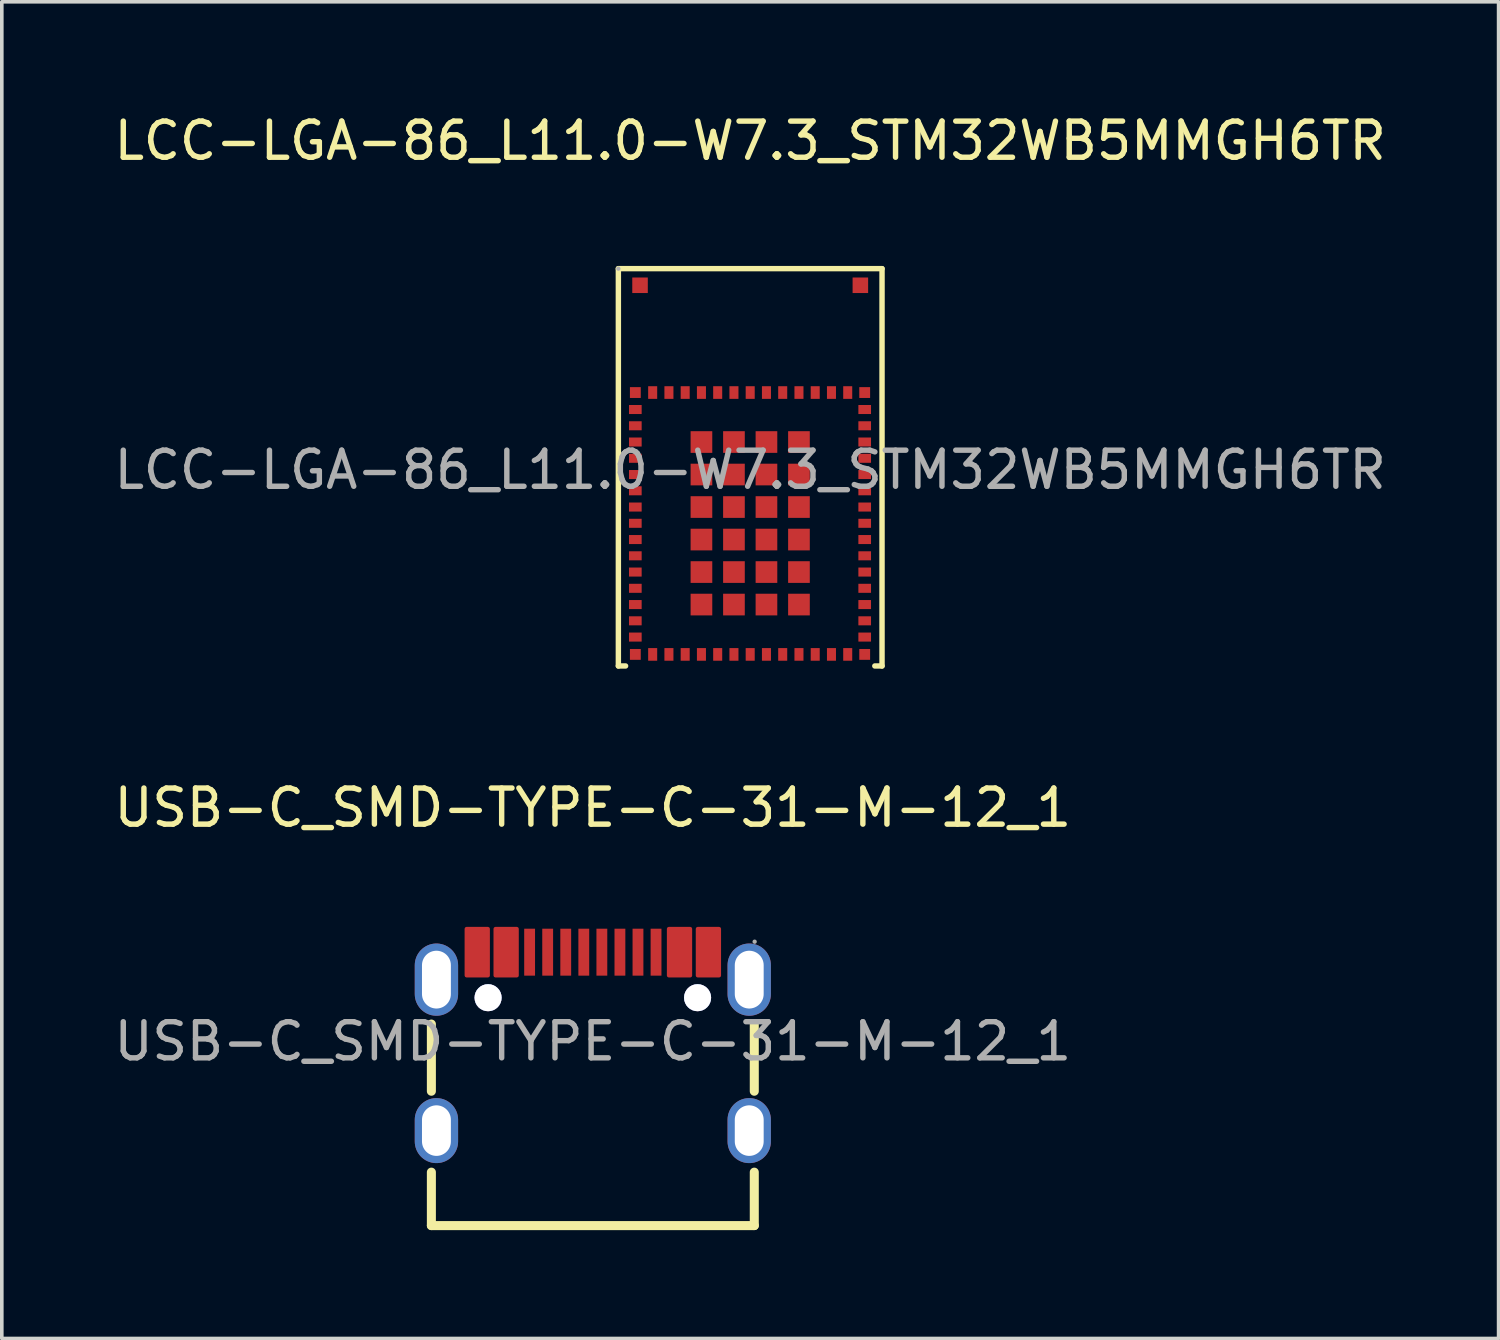
<source format=kicad_pcb>
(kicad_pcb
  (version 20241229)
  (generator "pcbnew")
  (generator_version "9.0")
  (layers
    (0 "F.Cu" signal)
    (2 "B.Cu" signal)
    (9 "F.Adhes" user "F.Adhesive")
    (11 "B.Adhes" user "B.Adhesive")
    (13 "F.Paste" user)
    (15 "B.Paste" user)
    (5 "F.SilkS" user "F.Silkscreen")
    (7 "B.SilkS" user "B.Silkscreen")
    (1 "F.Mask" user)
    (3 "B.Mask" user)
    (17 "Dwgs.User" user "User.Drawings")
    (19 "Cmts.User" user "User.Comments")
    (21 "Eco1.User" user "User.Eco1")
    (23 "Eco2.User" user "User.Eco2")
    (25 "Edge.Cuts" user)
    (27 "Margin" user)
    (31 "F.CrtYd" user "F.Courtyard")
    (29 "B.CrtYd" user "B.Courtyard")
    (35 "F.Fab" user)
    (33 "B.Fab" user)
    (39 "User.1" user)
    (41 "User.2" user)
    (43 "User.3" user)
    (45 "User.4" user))
  (footprint "LCC-LGA-86_L11.0-W7.3_STM32WB5MMGH6TR"
    (layer "F.Cu")
    (at 17.72 9.958)
    (property "Reference" "LCC-LGA-86_L11.0-W7.3_STM32WB5MMGH6TR" (at 0 -9.11 0) (layer "F.SilkS") (effects (font (size 1 1) (thickness 0.15))))
    (attr smd)
    (fp_line (start -3.65 -5.57) (end -3.65 5.43) (stroke (width 0.15) (type solid)) (layer "F.SilkS"))
    (fp_line (start -3.65 5.43) (end -3.45 5.43) (stroke (width 0.15) (type solid)) (layer "F.SilkS"))
    (fp_line (start 3.45 5.43) (end 3.65 5.43) (stroke (width 0.15) (type solid)) (layer "F.SilkS"))
    (fp_line (start 3.65 -5.57) (end -3.65 -5.57) (stroke (width 0.15) (type solid)) (layer "F.SilkS"))
    (fp_line (start 3.65 5.43) (end 3.65 -5.57) (stroke (width 0.15) (type solid)) (layer "F.SilkS"))
    (fp_circle (center -3.65 -5.57) (end -3.62 -5.57) (stroke (width 0.06) (type solid)) (fill no) (layer "F.Fab"))
    (fp_text user "${REFERENCE}" (at 0 0 0) (layer "F.Fab") (effects (font (size 1 1) (thickness 0.15))))
    (pad "1" smd rect (at -3.18 -2.14) (size 0.3 0.3) (layers "F.Cu" "F.Mask" "F.Paste"))
    (pad "2" smd rect (at -3.18 -1.67) (size 0.35 0.25) (layers "F.Cu" "F.Mask" "F.Paste"))
    (pad "3" smd rect (at -3.18 -1.22) (size 0.35 0.25) (layers "F.Cu" "F.Mask" "F.Paste"))
    (pad "4" smd rect (at -3.18 -0.77) (size 0.35 0.25) (layers "F.Cu" "F.Mask" "F.Paste"))
    (pad "5" smd rect (at -3.18 -0.32) (size 0.35 0.25) (layers "F.Cu" "F.Mask" "F.Paste"))
    (pad "6" smd rect (at -3.18 0.13) (size 0.35 0.25) (layers "F.Cu" "F.Mask" "F.Paste"))
    (pad "7" smd rect (at -3.18 0.58) (size 0.35 0.25) (layers "F.Cu" "F.Mask" "F.Paste"))
    (pad "8" smd rect (at -3.18 1.03) (size 0.35 0.25) (layers "F.Cu" "F.Mask" "F.Paste"))
    (pad "9" smd rect (at -3.18 1.48) (size 0.35 0.25) (layers "F.Cu" "F.Mask" "F.Paste"))
    (pad "10" smd rect (at -3.18 1.93) (size 0.35 0.25) (layers "F.Cu" "F.Mask" "F.Paste"))
    (pad "11" smd rect (at -3.18 2.38) (size 0.35 0.25) (layers "F.Cu" "F.Mask" "F.Paste"))
    (pad "12" smd rect (at -3.18 2.83) (size 0.35 0.25) (layers "F.Cu" "F.Mask" "F.Paste"))
    (pad "13" smd rect (at -3.18 3.28) (size 0.35 0.25) (layers "F.Cu" "F.Mask" "F.Paste"))
    (pad "14" smd rect (at -3.18 3.73) (size 0.35 0.25) (layers "F.Cu" "F.Mask" "F.Paste"))
    (pad "15" smd rect (at -3.18 4.18) (size 0.35 0.25) (layers "F.Cu" "F.Mask" "F.Paste"))
    (pad "16" smd rect (at -3.18 4.63) (size 0.35 0.25) (layers "F.Cu" "F.Mask" "F.Paste"))
    (pad "17" smd rect (at -3.18 5.11) (size 0.3 0.3) (layers "F.Cu" "F.Mask" "F.Paste"))
    (pad "18" smd rect (at -2.7 5.11) (size 0.25 0.35) (layers "F.Cu" "F.Mask" "F.Paste"))
    (pad "19" smd rect (at -2.25 5.11) (size 0.25 0.35) (layers "F.Cu" "F.Mask" "F.Paste"))
    (pad "20" smd rect (at -1.8 5.11) (size 0.25 0.35) (layers "F.Cu" "F.Mask" "F.Paste"))
    (pad "21" smd rect (at -1.35 5.11) (size 0.25 0.35) (layers "F.Cu" "F.Mask" "F.Paste"))
    (pad "22" smd rect (at -0.9 5.11) (size 0.25 0.35) (layers "F.Cu" "F.Mask" "F.Paste"))
    (pad "23" smd rect (at -0.45 5.11) (size 0.25 0.35) (layers "F.Cu" "F.Mask" "F.Paste"))
    (pad "24" smd rect (at 0 5.11) (size 0.25 0.35) (layers "F.Cu" "F.Mask" "F.Paste"))
    (pad "25" smd rect (at 0.45 5.11) (size 0.25 0.35) (layers "F.Cu" "F.Mask" "F.Paste"))
    (pad "26" smd rect (at 0.9 5.11) (size 0.25 0.35) (layers "F.Cu" "F.Mask" "F.Paste"))
    (pad "27" smd rect (at 1.35 5.11) (size 0.25 0.35) (layers "F.Cu" "F.Mask" "F.Paste"))
    (pad "28" smd rect (at 1.8 5.11) (size 0.25 0.35) (layers "F.Cu" "F.Mask" "F.Paste"))
    (pad "29" smd rect (at 2.25 5.11) (size 0.25 0.35) (layers "F.Cu" "F.Mask" "F.Paste"))
    (pad "30" smd rect (at 2.7 5.11) (size 0.25 0.35) (layers "F.Cu" "F.Mask" "F.Paste"))
    (pad "31" smd rect (at 3.17 5.11) (size 0.3 0.3) (layers "F.Cu" "F.Mask" "F.Paste"))
    (pad "32" smd rect (at 3.17 4.63) (size 0.35 0.25) (layers "F.Cu" "F.Mask" "F.Paste"))
    (pad "33" smd rect (at 3.17 4.18) (size 0.35 0.25) (layers "F.Cu" "F.Mask" "F.Paste"))
    (pad "34" smd rect (at 3.17 3.73) (size 0.35 0.25) (layers "F.Cu" "F.Mask" "F.Paste"))
    (pad "35" smd rect (at 3.17 3.28) (size 0.35 0.25) (layers "F.Cu" "F.Mask" "F.Paste"))
    (pad "36" smd rect (at 3.17 2.83) (size 0.35 0.25) (layers "F.Cu" "F.Mask" "F.Paste"))
    (pad "37" smd rect (at 3.17 2.38) (size 0.35 0.25) (layers "F.Cu" "F.Mask" "F.Paste"))
    (pad "38" smd rect (at 3.17 1.93) (size 0.35 0.25) (layers "F.Cu" "F.Mask" "F.Paste"))
    (pad "39" smd rect (at 3.17 1.48) (size 0.35 0.25) (layers "F.Cu" "F.Mask" "F.Paste"))
    (pad "40" smd rect (at 3.17 1.03) (size 0.35 0.25) (layers "F.Cu" "F.Mask" "F.Paste"))
    (pad "41" smd rect (at 3.17 0.58) (size 0.35 0.25) (layers "F.Cu" "F.Mask" "F.Paste"))
    (pad "42" smd rect (at 3.17 0.13) (size 0.35 0.25) (layers "F.Cu" "F.Mask" "F.Paste"))
    (pad "43" smd rect (at 3.17 -0.32) (size 0.35 0.25) (layers "F.Cu" "F.Mask" "F.Paste"))
    (pad "44" smd rect (at 3.17 -0.77) (size 0.35 0.25) (layers "F.Cu" "F.Mask" "F.Paste"))
    (pad "45" smd rect (at 3.17 -1.22) (size 0.35 0.25) (layers "F.Cu" "F.Mask" "F.Paste"))
    (pad "46" smd rect (at 3.17 -1.67) (size 0.35 0.25) (layers "F.Cu" "F.Mask" "F.Paste"))
    (pad "47" smd rect (at 3.17 -2.14) (size 0.3 0.3) (layers "F.Cu" "F.Mask" "F.Paste"))
    (pad "48" smd rect (at 2.7 -2.14) (size 0.25 0.35) (layers "F.Cu" "F.Mask" "F.Paste"))
    (pad "49" smd rect (at 2.25 -2.14) (size 0.25 0.35) (layers "F.Cu" "F.Mask" "F.Paste"))
    (pad "50" smd rect (at 1.8 -2.14) (size 0.25 0.35) (layers "F.Cu" "F.Mask" "F.Paste"))
    (pad "51" smd rect (at 1.35 -2.14) (size 0.25 0.35) (layers "F.Cu" "F.Mask" "F.Paste"))
    (pad "52" smd rect (at 0.9 -2.14) (size 0.25 0.35) (layers "F.Cu" "F.Mask" "F.Paste"))
    (pad "53" smd rect (at 0.45 -2.14) (size 0.25 0.35) (layers "F.Cu" "F.Mask" "F.Paste"))
    (pad "54" smd rect (at 0 -2.14) (size 0.25 0.35) (layers "F.Cu" "F.Mask" "F.Paste"))
    (pad "55" smd rect (at -0.45 -2.14) (size 0.25 0.35) (layers "F.Cu" "F.Mask" "F.Paste"))
    (pad "56" smd rect (at -0.9 -2.14) (size 0.25 0.35) (layers "F.Cu" "F.Mask" "F.Paste"))
    (pad "57" smd rect (at -1.35 -2.14) (size 0.25 0.35) (layers "F.Cu" "F.Mask" "F.Paste"))
    (pad "58" smd rect (at -1.8 -2.14) (size 0.25 0.35) (layers "F.Cu" "F.Mask" "F.Paste"))
    (pad "59" smd rect (at -2.25 -2.14) (size 0.25 0.35) (layers "F.Cu" "F.Mask" "F.Paste"))
    (pad "60" smd rect (at -2.7 -2.14) (size 0.25 0.35) (layers "F.Cu" "F.Mask" "F.Paste"))
    (pad "61" smd rect (at -1.35 -0.77) (size 0.6 0.6) (layers "F.Cu" "F.Mask" "F.Paste"))
    (pad "62" smd rect (at -1.35 0.13) (size 0.6 0.6) (layers "F.Cu" "F.Mask" "F.Paste"))
    (pad "63" smd rect (at -1.35 1.03) (size 0.6 0.6) (layers "F.Cu" "F.Mask" "F.Paste"))
    (pad "64" smd rect (at -1.35 1.93) (size 0.6 0.6) (layers "F.Cu" "F.Mask" "F.Paste"))
    (pad "65" smd rect (at -1.35 2.83) (size 0.6 0.6) (layers "F.Cu" "F.Mask" "F.Paste"))
    (pad "66" smd rect (at -1.35 3.73) (size 0.6 0.6) (layers "F.Cu" "F.Mask" "F.Paste"))
    (pad "67" smd rect (at -0.45 3.73) (size 0.6 0.6) (layers "F.Cu" "F.Mask" "F.Paste"))
    (pad "68" smd rect (at 0.45 3.73) (size 0.6 0.6) (layers "F.Cu" "F.Mask" "F.Paste"))
    (pad "69" smd rect (at 1.35 3.73) (size 0.6 0.6) (layers "F.Cu" "F.Mask" "F.Paste"))
    (pad "70" smd rect (at 1.35 2.83) (size 0.6 0.6) (layers "F.Cu" "F.Mask" "F.Paste"))
    (pad "71" smd rect (at 1.35 1.93) (size 0.6 0.6) (layers "F.Cu" "F.Mask" "F.Paste"))
    (pad "72" smd rect (at 1.35 1.03) (size 0.6 0.6) (layers "F.Cu" "F.Mask" "F.Paste"))
    (pad "73" smd rect (at 1.35 0.13) (size 0.6 0.6) (layers "F.Cu" "F.Mask" "F.Paste"))
    (pad "74" smd rect (at 1.35 -0.77) (size 0.6 0.6) (layers "F.Cu" "F.Mask" "F.Paste"))
    (pad "75" smd rect (at 0.45 -0.77) (size 0.6 0.6) (layers "F.Cu" "F.Mask" "F.Paste"))
    (pad "76" smd rect (at -0.45 -0.77) (size 0.6 0.6) (layers "F.Cu" "F.Mask" "F.Paste"))
    (pad "77" smd rect (at -0.45 0.13) (size 0.6 0.6) (layers "F.Cu" "F.Mask" "F.Paste"))
    (pad "78" smd rect (at -0.45 1.03) (size 0.6 0.6) (layers "F.Cu" "F.Mask" "F.Paste"))
    (pad "79" smd rect (at -0.45 1.93) (size 0.6 0.6) (layers "F.Cu" "F.Mask" "F.Paste"))
    (pad "80" smd rect (at -0.45 2.83) (size 0.6 0.6) (layers "F.Cu" "F.Mask" "F.Paste"))
    (pad "81" smd rect (at 0.45 2.83) (size 0.6 0.6) (layers "F.Cu" "F.Mask" "F.Paste"))
    (pad "82" smd rect (at 0.45 1.93) (size 0.6 0.6) (layers "F.Cu" "F.Mask" "F.Paste"))
    (pad "83" smd rect (at 0.45 1.03) (size 0.6 0.6) (layers "F.Cu" "F.Mask" "F.Paste"))
    (pad "84" smd rect (at 0.45 0.13) (size 0.6 0.6) (layers "F.Cu" "F.Mask" "F.Paste"))
    (pad "85" smd rect (at -3.05 -5.11) (size 0.43 0.43) (layers "F.Cu" "F.Mask" "F.Paste"))
    (pad "86" smd rect (at 3.05 -5.11) (size 0.43 0.43) (layers "F.Cu" "F.Mask" "F.Paste")))
  (footprint "USB-C_SMD-TYPE-C-31-M-12_1"
    (layer "F.Cu")
    (at 13.363 25.782)
    (property "Reference" "USB-C_SMD-TYPE-C-31-M-12_1" (at 0 -6.47 0) (layer "F.SilkS") (effects (font (size 1 1) (thickness 0.15))))
    (attr smd)
    (fp_line (start -4.47 1.38) (end -4.47 -0.48) (stroke (width 0.25) (type solid)) (layer "F.SilkS"))
    (fp_line (start -4.47 5.1) (end -4.47 3.62) (stroke (width 0.25) (type solid)) (layer "F.SilkS"))
    (fp_line (start 4.47 1.38) (end 4.47 -0.48) (stroke (width 0.25) (type solid)) (layer "F.SilkS"))
    (fp_line (start 4.47 5.1) (end -4.47 5.1) (stroke (width 0.25) (type solid)) (layer "F.SilkS"))
    (fp_line (start 4.47 5.1) (end 4.47 3.62) (stroke (width 0.25) (type solid)) (layer "F.SilkS"))
    (fp_circle (center -2.9 -1.21) (end -2.78 -1.21) (stroke (width 0.25) (type solid)) (fill no) (layer "Cmts.User"))
    (fp_circle (center 2.9 -1.21) (end 3.02 -1.21) (stroke (width 0.25) (type solid)) (fill no) (layer "Cmts.User"))
    (fp_circle (center 4.48 -2.76) (end 4.51 -2.76) (stroke (width 0.06) (type solid)) (fill no) (layer "F.Fab"))
    (fp_text user "${REFERENCE}" (at 0 0 0) (layer "F.Fab") (effects (font (size 1 1) (thickness 0.15))))
    (pad "" thru_hole circle (at -2.9 -1.21) (size 0.75 0.75) (drill 0.75) (layers "*.Cu" "*.Mask"))
    (pad "" thru_hole circle (at 2.9 -1.21) (size 0.75 0.75) (drill 0.75) (layers "*.Cu" "*.Mask"))
    (pad "1" thru_hole oval (at 4.33 -1.71) (size 1.2 2) (drill oval 0.8 1.6) (layers "*.Cu" "*.Mask"))
    (pad "2" thru_hole oval (at 4.33 2.47) (size 1.2 1.8) (drill oval 0.8 1.4) (layers "*.Cu" "*.Mask"))
    (pad "3" thru_hole oval (at -4.33 2.47) (size 1.2 1.8) (drill oval 0.8 1.4) (layers "*.Cu" "*.Mask"))
    (pad "4" thru_hole oval (at -4.33 -1.71) (size 1.2 2) (drill oval 0.8 1.6) (layers "*.Cu" "*.Mask"))
    (pad "A1B12" smd custom (at -3.2 -2.47) (size 0.01 0.01) (layers "F.Cu" "F.Mask" "F.Paste") (options (anchor circle)) (primitives (gr_poly (pts (xy 0.3 0.65) (xy 0.3 -0.65) (xy 0 -0.65) (xy -0.3 -0.65) (xy -0.3 0.65) (xy 0 0.65) (xy 0.3 0.65)) (width 0.1) (fill yes))))
    (pad "A4B9" smd custom (at -2.4 -2.47) (size 0.01 0.01) (layers "F.Cu" "F.Mask" "F.Paste") (options (anchor circle)) (primitives (gr_poly (pts (xy 0.3 0.65) (xy 0.3 -0.65) (xy 0 -0.65) (xy -0.3 -0.65) (xy -0.3 0.65) (xy 0 0.65) (xy 0.3 0.65)) (width 0.1) (fill yes))))
    (pad "A5" smd rect (at -1.25 -2.47) (size 0.3 1.3) (layers "F.Cu" "F.Mask" "F.Paste"))
    (pad "A6" smd rect (at -0.25 -2.47) (size 0.3 1.3) (layers "F.Cu" "F.Mask" "F.Paste"))
    (pad "A7" smd rect (at 0.25 -2.47) (size 0.3 1.3) (layers "F.Cu" "F.Mask" "F.Paste"))
    (pad "A8" smd rect (at 1.25 -2.47) (size 0.3 1.3) (layers "F.Cu" "F.Mask" "F.Paste"))
    (pad "B1A12" smd custom (at 3.2 -2.47) (size 0.01 0.01) (layers "F.Cu" "F.Mask" "F.Paste") (options (anchor circle)) (primitives (gr_poly (pts (xy -0.3 -0.65) (xy -0.3 0.65) (xy -0.01 0.65) (xy 0 0.65) (xy 0.3 0.65) (xy 0.3 -0.65) (xy 0 -0.65) (xy -0.01 -0.65) (xy -0.3 -0.65)) (width 0.1) (fill yes))))
    (pad "B4A9" smd custom (at 2.4 -2.47) (size 0.01 0.01) (layers "F.Cu" "F.Mask" "F.Paste") (options (anchor circle)) (primitives (gr_poly (pts (xy 0.3 0.65) (xy 0.3 -0.65) (xy 0 -0.65) (xy -0.3 -0.65) (xy -0.3 0.65) (xy 0 0.65) (xy 0.3 0.65)) (width 0.1) (fill yes))))
    (pad "B5" smd rect (at 1.75 -2.47) (size 0.3 1.3) (layers "F.Cu" "F.Mask" "F.Paste"))
    (pad "B6" smd rect (at 0.75 -2.47) (size 0.3 1.3) (layers "F.Cu" "F.Mask" "F.Paste"))
    (pad "B7" smd rect (at -0.75 -2.47) (size 0.3 1.3) (layers "F.Cu" "F.Mask" "F.Paste"))
    (pad "B8" smd rect (at -1.75 -2.47) (size 0.3 1.3) (layers "F.Cu" "F.Mask" "F.Paste")))
  (gr_rect
    (start -3 -3)
    (end 38.44 34.007)
    (stroke (width 0.1) (type default))
    (fill no)
    (layer "Edge.Cuts")))
</source>
